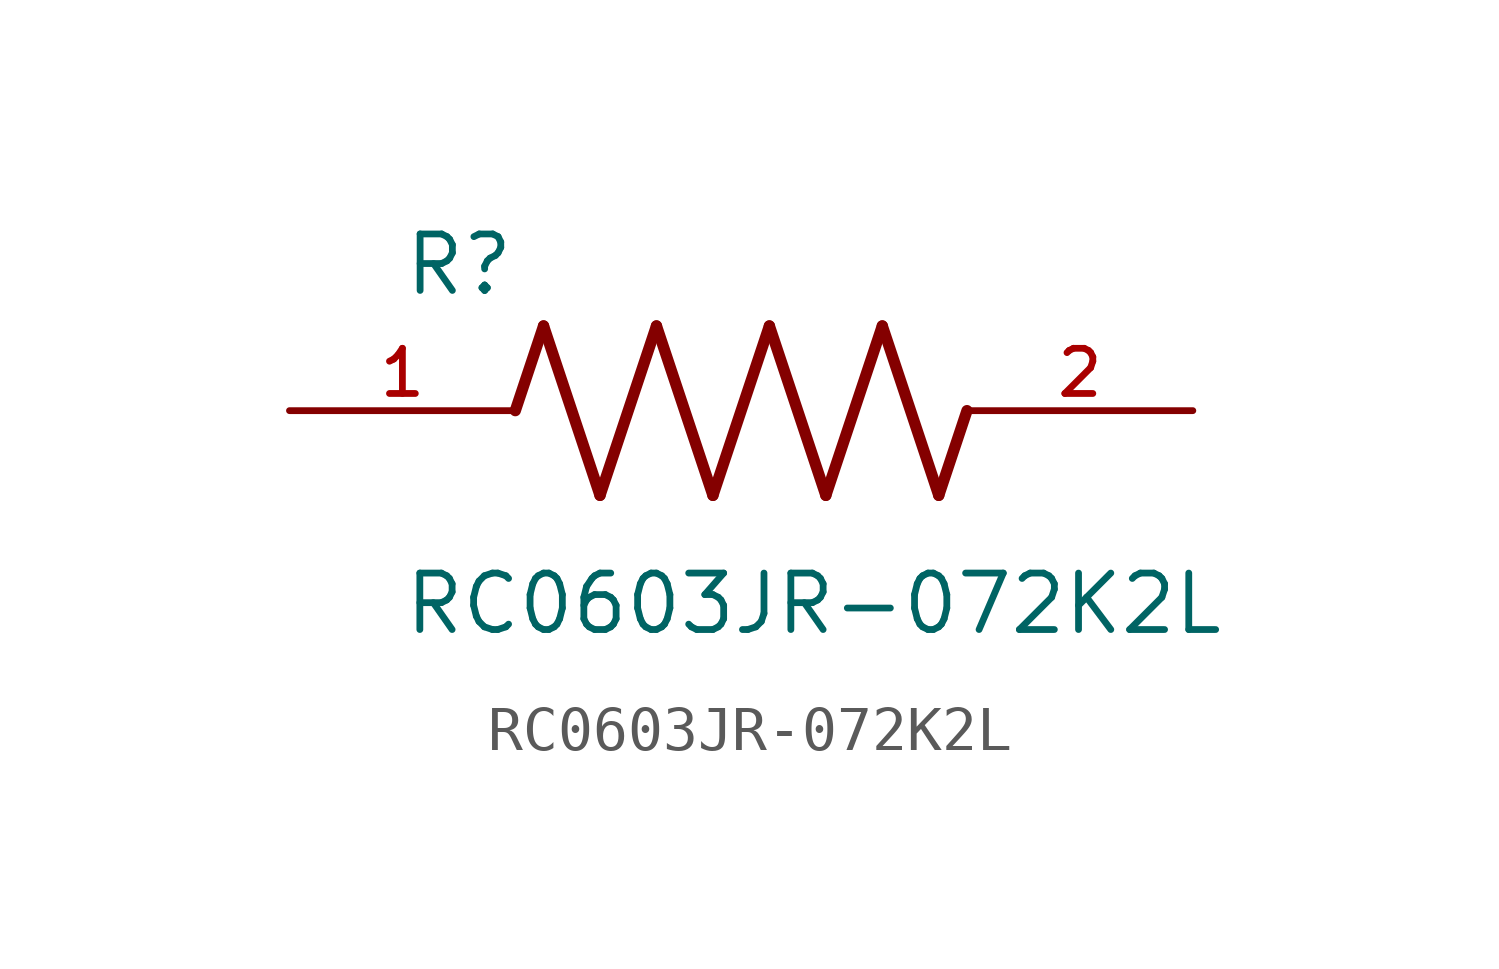
<source format=kicad_sym>
(kicad_symbol_lib
  (version 20211014)
  (generator kicad_symbol_editor)
  (symbol "RC0603JR-072K2L"
    (pin_names
      (offset 1.016))
    (property "Reference" "R"
      (at -7.624 2.541 0)
      (effects (font (size 1.27 1.27)) (justify bottom left)))
    (property "Value" "RC0603JR-072K2L"
      (at -7.63 -5.087 0)
      (effects (font (size 1.27 1.27)) (justify bottom left)))
    (symbol "RC0603JR-072K2L_0_0"
      (polyline (pts (xy -5.08 0.0) (xy -4.445 1.905)) (stroke (width 0.254)))
      (polyline (pts (xy -4.445 1.905) (xy -3.175 -1.905)) (stroke (width 0.254)))
      (polyline (pts (xy -3.175 -1.905) (xy -1.905 1.905)) (stroke (width 0.254)))
      (polyline (pts (xy -1.905 1.905) (xy -0.635 -1.905)) (stroke (width 0.254)))
      (polyline (pts (xy -0.635 -1.905) (xy 0.635 1.905)) (stroke (width 0.254)))
      (polyline (pts (xy 0.635 1.905) (xy 1.905 -1.905)) (stroke (width 0.254)))
      (polyline (pts (xy 1.905 -1.905) (xy 3.175 1.905)) (stroke (width 0.254)))
      (polyline (pts (xy 3.175 1.905) (xy 4.445 -1.905)) (stroke (width 0.254)))
      (polyline (pts (xy 4.445 -1.905) (xy 5.08 0.0)) (stroke (width 0.254)))
      (pin passive line (at -10.16 0.0 0) (length 5.08) (name "~" (effects (font (size 1.016 1.016)))) (number "1" (effects (font (size 1.016 1.016)))))
      (pin passive line (at 10.16 0.0 180.0) (length 5.08) (name "~" (effects (font (size 1.016 1.016)))) (number "2" (effects (font (size 1.016 1.016))))))))
</source>
